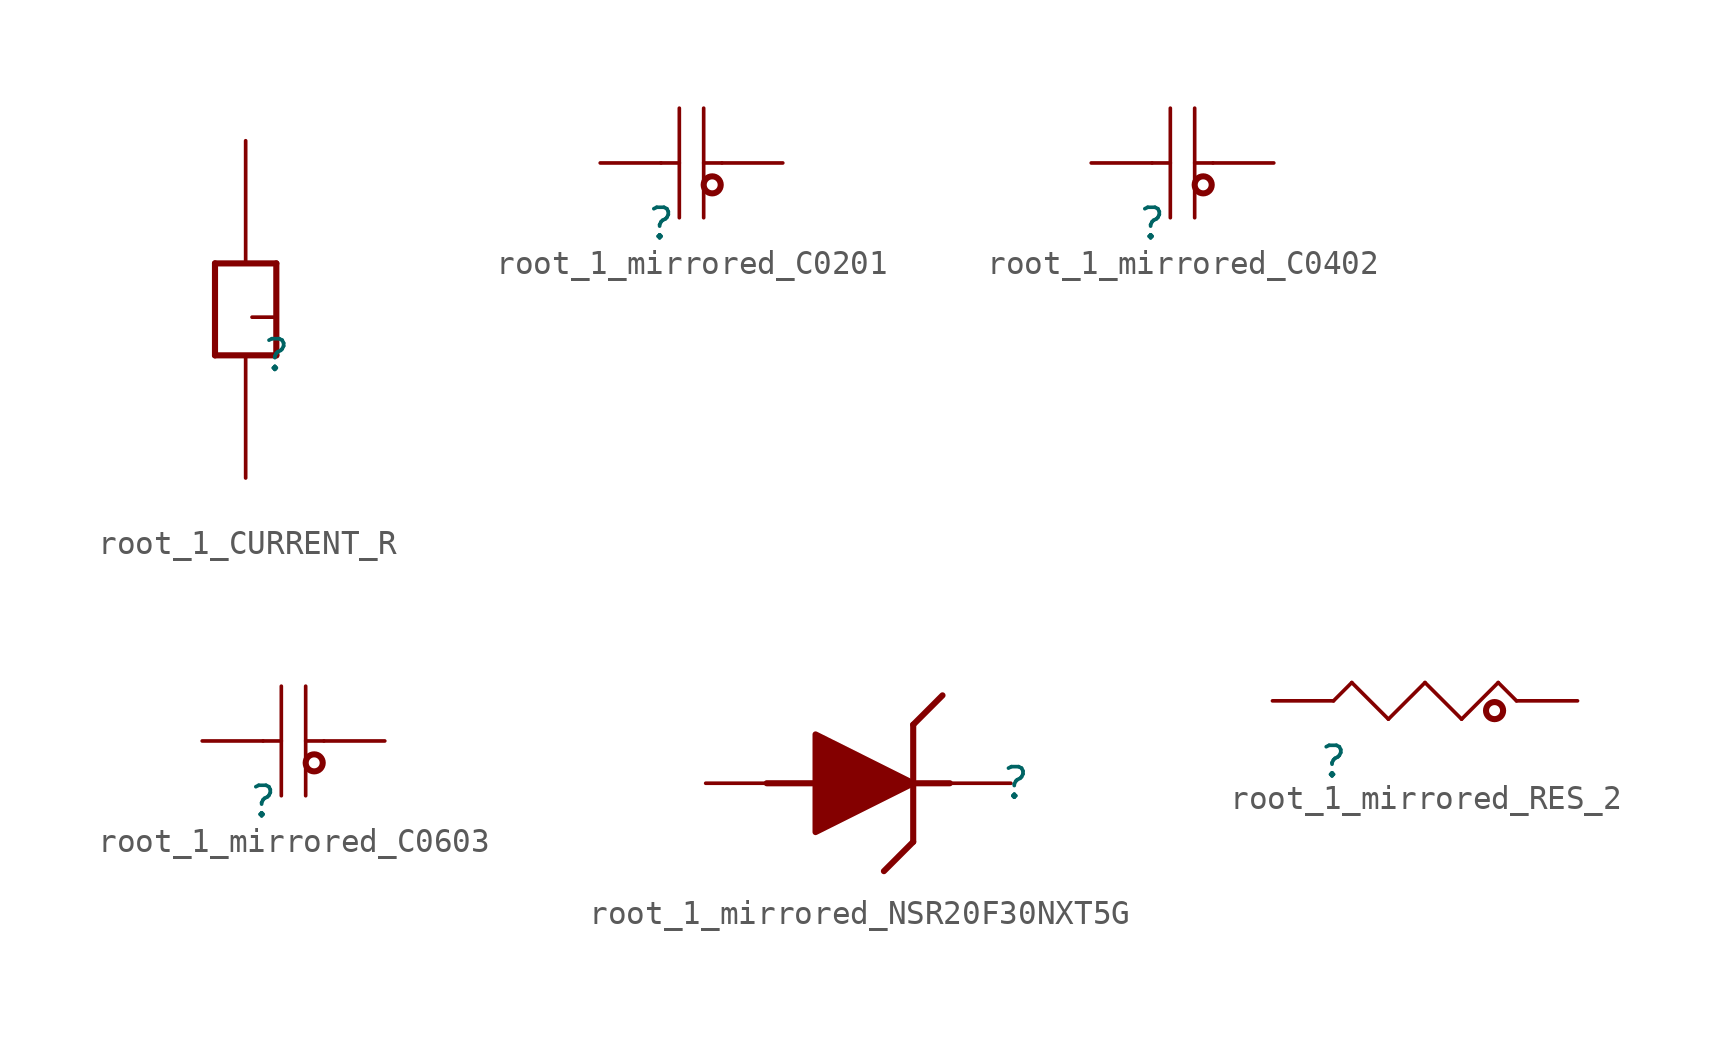
<source format=kicad_sym>
(kicad_symbol_lib
  (version 20220914)
  (generator kicad_symbol_editor)
  (symbol "root_1_CURRENT_R"
    (property "Reference" ""
      (at 0 0 0)
      (effects (font (size 1.27 1.27))))
    (property "Value" ""
      (at 0 0 0)
      (effects (font (size 1.27 1.27))))
    (symbol "root_1_CURRENT_R_1_0"
      (polyline (pts (xy -2.54 0) (xy -2.54 3.81)) (stroke (width 0.254) (type solid)) (fill (type none)))
      (polyline (pts (xy -2.54 3.81) (xy 0 3.81)) (stroke (width 0.254) (type solid)) (fill (type none)))
      (polyline (pts (xy 0 0) (xy -2.54 0)) (stroke (width 0.254) (type solid)) (fill (type none)))
      (polyline (pts (xy 0 3.81) (xy 0 0)) (stroke (width 0.254) (type solid)) (fill (type none)))
      (text "I" (at 0 1.27 900) (effects (font (size 0.889 0.889)) (justify left bottom)))
      (pin passive line (at -1.27 -5.08 90) (length 5.08) (name "1" (effects (font (size 0 0)))) (number "1" (effects (font (size 0 0)))))
      (pin passive line (at -1.27 8.89 270) (length 5.08) (name "2" (effects (font (size 0 0)))) (number "2" (effects (font (size 0 0)))))))
  (symbol "root_1_mirrored_C0201"
    (property "Reference" ""
      (at 0 0 0)
      (effects (font (size 1.27 1.27))))
    (property "Value" ""
      (at 0 0 0)
      (effects (font (size 1.27 1.27))))
    (symbol "root_1_mirrored_C0201_1_0"
      (polyline (pts (xy 0 2.54) (xy 0.762 2.54)) (stroke (width 0) (type solid)) (fill (type none)))
      (polyline (pts (xy 0.762 0.254) (xy 0.762 4.826)) (stroke (width 0) (type solid)) (fill (type none)))
      (polyline (pts (xy 1.778 0.254) (xy 1.778 4.826)) (stroke (width 0) (type solid)) (fill (type none)))
      (polyline (pts (xy 2.54 2.54) (xy 1.778 2.54)) (stroke (width 0) (type solid)) (fill (type none)))
      (circle (center 2.134 1.626) (radius 0.356) (stroke (width 0.254) (type solid)) (fill (type none)))
      (pin passive line (at 5.08 2.54 180) (length 2.54) (name "1" (effects (font (size 0 0)))) (number "1" (effects (font (size 0 0)))))
      (pin passive line (at -2.54 2.54 0) (length 2.54) (name "2" (effects (font (size 0 0)))) (number "2" (effects (font (size 0 0)))))))
  (symbol "root_1_mirrored_C0402"
    (property "Reference" ""
      (at 0 0 0)
      (effects (font (size 1.27 1.27))))
    (property "Value" ""
      (at 0 0 0)
      (effects (font (size 1.27 1.27))))
    (symbol "root_1_mirrored_C0402_1_0"
      (polyline (pts (xy 0 2.54) (xy 0.762 2.54)) (stroke (width 0) (type solid)) (fill (type none)))
      (polyline (pts (xy 0.762 0.254) (xy 0.762 4.826)) (stroke (width 0) (type solid)) (fill (type none)))
      (polyline (pts (xy 1.778 0.254) (xy 1.778 4.826)) (stroke (width 0) (type solid)) (fill (type none)))
      (polyline (pts (xy 2.54 2.54) (xy 1.778 2.54)) (stroke (width 0) (type solid)) (fill (type none)))
      (circle (center 2.134 1.626) (radius 0.356) (stroke (width 0.254) (type solid)) (fill (type none)))
      (pin passive line (at 5.08 2.54 180) (length 2.54) (name "1" (effects (font (size 0 0)))) (number "1" (effects (font (size 0 0)))))
      (pin passive line (at -2.54 2.54 0) (length 2.54) (name "2" (effects (font (size 0 0)))) (number "2" (effects (font (size 0 0)))))))
  (symbol "root_1_mirrored_C0603"
    (property "Reference" ""
      (at 0 0 0)
      (effects (font (size 1.27 1.27))))
    (property "Value" ""
      (at 0 0 0)
      (effects (font (size 1.27 1.27))))
    (symbol "root_1_mirrored_C0603_1_0"
      (polyline (pts (xy 0 2.54) (xy 0.762 2.54)) (stroke (width 0) (type solid)) (fill (type none)))
      (polyline (pts (xy 0.762 0.254) (xy 0.762 4.826)) (stroke (width 0) (type solid)) (fill (type none)))
      (polyline (pts (xy 1.778 0.254) (xy 1.778 4.826)) (stroke (width 0) (type solid)) (fill (type none)))
      (polyline (pts (xy 2.54 2.54) (xy 1.778 2.54)) (stroke (width 0) (type solid)) (fill (type none)))
      (circle (center 2.134 1.626) (radius 0.356) (stroke (width 0.254) (type solid)) (fill (type none)))
      (pin passive line (at 5.08 2.54 180) (length 2.54) (name "1" (effects (font (size 0 0)))) (number "1" (effects (font (size 0 0)))))
      (pin passive line (at -2.54 2.54 0) (length 2.54) (name "2" (effects (font (size 0 0)))) (number "2" (effects (font (size 0 0)))))))
  (symbol "root_1_mirrored_NSR20F30NXT5G"
    (property "Reference" ""
      (at 0 0 0)
      (effects (font (size 1.27 1.27))))
    (property "Value" ""
      (at 0 0 0)
      (effects (font (size 1.27 1.27))))
    (symbol "root_1_mirrored_NSR20F30NXT5G_1_0"
      (polyline (pts (xy -8.331 0) (xy -10.363 0)) (stroke (width 0.254) (type solid)) (fill (type none)))
      (polyline (pts (xy -4.267 -2.438) (xy -5.486 -3.658)) (stroke (width 0.254) (type solid)) (fill (type none)))
      (polyline (pts (xy -4.267 0) (xy -4.267 -2.438)) (stroke (width 0.254) (type solid)) (fill (type none)))
      (polyline (pts (xy -4.267 0) (xy -4.267 2.438)) (stroke (width 0.254) (type solid)) (fill (type none)))
      (polyline (pts (xy -4.267 2.438) (xy -3.048 3.658)) (stroke (width 0.254) (type solid)) (fill (type none)))
      (polyline (pts (xy -2.743 0) (xy -4.267 0)) (stroke (width 0.254) (type solid)) (fill (type none)))
      (polyline (pts (xy -8.331 -2.032) (xy -8.331 2.032) (xy -4.267 0) (xy -8.331 -2.032) (xy -8.331 -2.032)) (stroke (width 0.254) (type solid)) (fill (type outline)))
      (pin passive line (at -0.203 0 180) (length 2.54) (name "1" (effects (font (size 0 0)))) (number "1" (effects (font (size 0 0)))))
      (pin passive line (at -12.903 0 0) (length 2.54) (name "2" (effects (font (size 0 0)))) (number "2" (effects (font (size 0 0)))))))
  (symbol "root_1_mirrored_RES_2"
    (property "Reference" ""
      (at 0 0 0)
      (effects (font (size 1.27 1.27))))
    (property "Value" ""
      (at 0 0 0)
      (effects (font (size 1.27 1.27))))
    (symbol "root_1_mirrored_RES_2_1_0"
      (polyline (pts (xy 0.762 3.302) (xy 0 2.54)) (stroke (width 0) (type solid)) (fill (type none)))
      (polyline (pts (xy 2.286 1.778) (xy 0.762 3.302)) (stroke (width 0) (type solid)) (fill (type none)))
      (polyline (pts (xy 3.81 3.302) (xy 2.286 1.778)) (stroke (width 0) (type solid)) (fill (type none)))
      (polyline (pts (xy 5.334 1.778) (xy 3.81 3.302)) (stroke (width 0) (type solid)) (fill (type none)))
      (polyline (pts (xy 6.858 3.302) (xy 5.334 1.778)) (stroke (width 0) (type solid)) (fill (type none)))
      (polyline (pts (xy 7.62 2.54) (xy 6.858 3.302)) (stroke (width 0) (type solid)) (fill (type none)))
      (circle (center 6.706 2.134) (radius 0.356) (stroke (width 0.254) (type solid)) (fill (type none)))
      (pin passive line (at 10.16 2.54 180) (length 2.54) (name "1" (effects (font (size 0 0)))) (number "1" (effects (font (size 0 0)))))
      (pin passive line (at -2.54 2.54 0) (length 2.54) (name "2" (effects (font (size 0 0)))) (number "2" (effects (font (size 0 0))))))))
</source>
